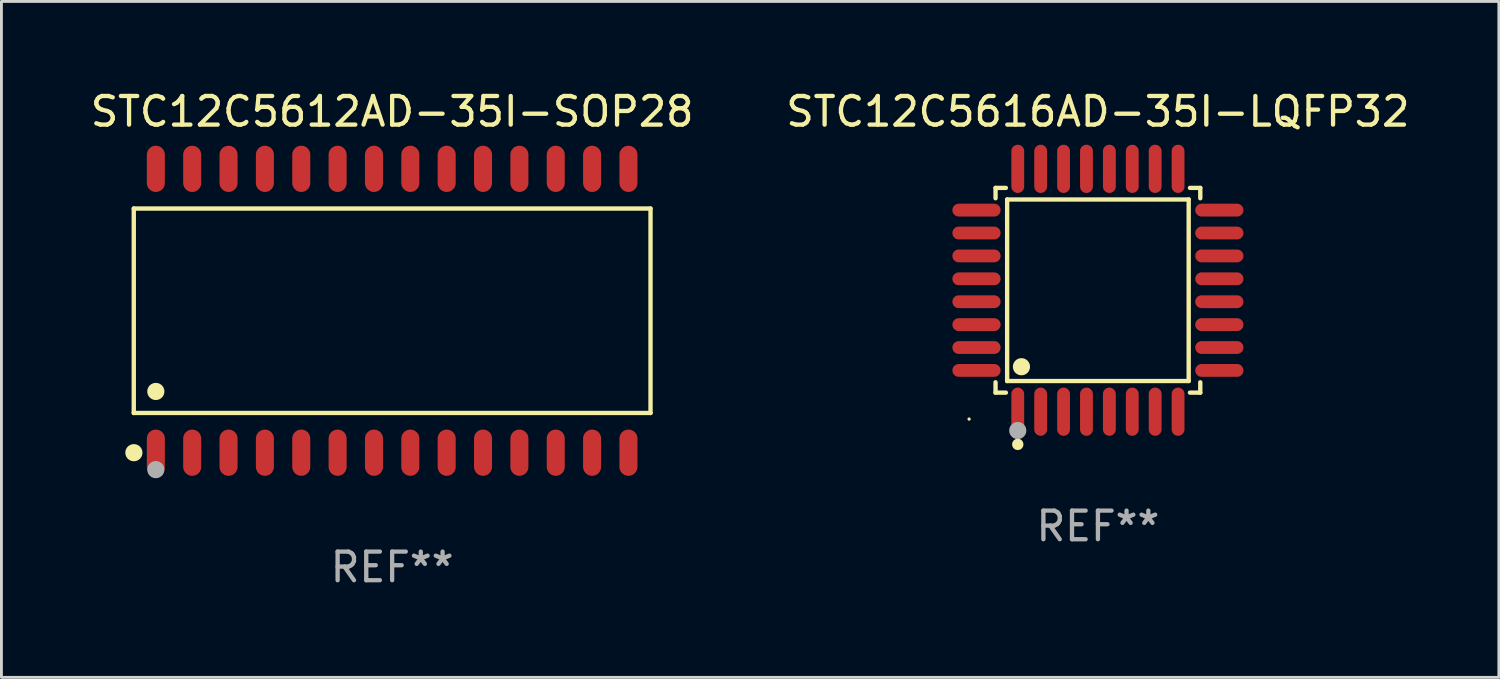
<source format=kicad_pcb>
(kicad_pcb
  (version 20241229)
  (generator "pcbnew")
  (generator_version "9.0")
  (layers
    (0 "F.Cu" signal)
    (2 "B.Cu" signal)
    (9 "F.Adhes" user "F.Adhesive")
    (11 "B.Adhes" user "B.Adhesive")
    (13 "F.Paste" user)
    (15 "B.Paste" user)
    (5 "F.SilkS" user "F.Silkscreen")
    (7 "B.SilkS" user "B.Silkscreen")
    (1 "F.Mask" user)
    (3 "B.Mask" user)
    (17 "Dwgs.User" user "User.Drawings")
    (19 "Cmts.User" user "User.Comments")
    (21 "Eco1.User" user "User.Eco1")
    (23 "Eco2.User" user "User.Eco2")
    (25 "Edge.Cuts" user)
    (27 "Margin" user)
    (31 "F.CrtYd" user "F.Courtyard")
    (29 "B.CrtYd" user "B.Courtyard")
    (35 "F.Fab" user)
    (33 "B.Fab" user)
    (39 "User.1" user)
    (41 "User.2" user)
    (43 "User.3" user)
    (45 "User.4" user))
  (footprint "STC12C5616AD-35I-LQFP32"
    (layer "F.Cu")
    (at 35.304 7.09)
    (property "Reference" "STC12C5616AD-35I-LQFP32" (at 0 -6.242 0) (layer "F.SilkS") (effects (font (size 1 1) (thickness 0.15))))
    (attr through_hole)
    (fp_line (start -3.576 -3.576) (end -3.215 -3.576) (stroke (width 0.152) (type solid)) (layer "F.SilkS"))
    (fp_line (start -3.576 -3.215) (end -3.576 -3.576) (stroke (width 0.152) (type solid)) (layer "F.SilkS"))
    (fp_line (start -3.576 3.215) (end -3.576 3.576) (stroke (width 0.152) (type solid)) (layer "F.SilkS"))
    (fp_line (start -3.576 3.576) (end -3.215 3.576) (stroke (width 0.152) (type solid)) (layer "F.SilkS"))
    (fp_line (start -3.171 -3.171) (end 3.171 -3.171) (stroke (width 0.152) (type solid)) (layer "F.SilkS"))
    (fp_line (start -3.171 3.171) (end -3.171 -3.171) (stroke (width 0.152) (type solid)) (layer "F.SilkS"))
    (fp_line (start 3.171 -3.171) (end 3.171 3.171) (stroke (width 0.152) (type solid)) (layer "F.SilkS"))
    (fp_line (start 3.171 3.171) (end -3.171 3.171) (stroke (width 0.152) (type solid)) (layer "F.SilkS"))
    (fp_line (start 3.576 -3.576) (end 3.215 -3.576) (stroke (width 0.152) (type solid)) (layer "F.SilkS"))
    (fp_line (start 3.576 -3.215) (end 3.576 -3.576) (stroke (width 0.152) (type solid)) (layer "F.SilkS"))
    (fp_line (start 3.576 3.215) (end 3.576 3.576) (stroke (width 0.152) (type solid)) (layer "F.SilkS"))
    (fp_line (start 3.576 3.576) (end 3.215 3.576) (stroke (width 0.152) (type solid)) (layer "F.SilkS"))
    (fp_circle (center -4.5 4.5) (end -4.47 4.5) (stroke (width 0.06) (type solid)) (fill no) (layer "F.SilkS"))
    (fp_circle (center -2.8 5.384) (end -2.7 5.384) (stroke (width 0.2) (type solid)) (fill no) (layer "F.SilkS"))
    (fp_circle (center -2.671 2.671) (end -2.521 2.671) (stroke (width 0.3) (type solid)) (fill no) (layer "F.SilkS"))
    (fp_circle (center -2.8 4.9) (end -2.65 4.9) (stroke (width 0.3) (type solid)) (fill no) (layer "F.Fab"))
    (fp_text user "REF**" (at 0 8.242 0) (layer "F.Fab") (effects (font (size 1 1) (thickness 0.15))))
    (pad "1" smd oval (at -2.8 4.242) (size 0.448 1.684) (layers "F.Cu" "F.Mask" "F.Paste"))
    (pad "2" smd oval (at -2 4.242) (size 0.448 1.684) (layers "F.Cu" "F.Mask" "F.Paste"))
    (pad "3" smd oval (at -1.2 4.242) (size 0.448 1.684) (layers "F.Cu" "F.Mask" "F.Paste"))
    (pad "4" smd oval (at -0.4 4.242) (size 0.448 1.684) (layers "F.Cu" "F.Mask" "F.Paste"))
    (pad "5" smd oval (at 0.4 4.242) (size 0.448 1.684) (layers "F.Cu" "F.Mask" "F.Paste"))
    (pad "6" smd oval (at 1.2 4.242) (size 0.448 1.684) (layers "F.Cu" "F.Mask" "F.Paste"))
    (pad "7" smd oval (at 2 4.242) (size 0.448 1.684) (layers "F.Cu" "F.Mask" "F.Paste"))
    (pad "8" smd oval (at 2.8 4.242) (size 0.448 1.684) (layers "F.Cu" "F.Mask" "F.Paste"))
    (pad "9" smd oval (at 4.242 2.8) (size 1.684 0.448) (layers "F.Cu" "F.Mask" "F.Paste"))
    (pad "10" smd oval (at 4.242 2) (size 1.684 0.448) (layers "F.Cu" "F.Mask" "F.Paste"))
    (pad "11" smd oval (at 4.242 1.2) (size 1.684 0.448) (layers "F.Cu" "F.Mask" "F.Paste"))
    (pad "12" smd oval (at 4.242 0.4) (size 1.684 0.448) (layers "F.Cu" "F.Mask" "F.Paste"))
    (pad "13" smd oval (at 4.242 -0.4) (size 1.684 0.448) (layers "F.Cu" "F.Mask" "F.Paste"))
    (pad "14" smd oval (at 4.242 -1.2) (size 1.684 0.448) (layers "F.Cu" "F.Mask" "F.Paste"))
    (pad "15" smd oval (at 4.242 -2) (size 1.684 0.448) (layers "F.Cu" "F.Mask" "F.Paste"))
    (pad "16" smd oval (at 4.242 -2.8) (size 1.684 0.448) (layers "F.Cu" "F.Mask" "F.Paste"))
    (pad "17" smd oval (at 2.8 -4.242) (size 0.448 1.684) (layers "F.Cu" "F.Mask" "F.Paste"))
    (pad "18" smd oval (at 2 -4.242) (size 0.448 1.684) (layers "F.Cu" "F.Mask" "F.Paste"))
    (pad "19" smd oval (at 1.2 -4.242) (size 0.448 1.684) (layers "F.Cu" "F.Mask" "F.Paste"))
    (pad "20" smd oval (at 0.4 -4.242) (size 0.448 1.684) (layers "F.Cu" "F.Mask" "F.Paste"))
    (pad "21" smd oval (at -0.4 -4.242) (size 0.448 1.684) (layers "F.Cu" "F.Mask" "F.Paste"))
    (pad "22" smd oval (at -1.2 -4.242) (size 0.448 1.684) (layers "F.Cu" "F.Mask" "F.Paste"))
    (pad "23" smd oval (at -2 -4.242) (size 0.448 1.684) (layers "F.Cu" "F.Mask" "F.Paste"))
    (pad "24" smd oval (at -2.8 -4.242) (size 0.448 1.684) (layers "F.Cu" "F.Mask" "F.Paste"))
    (pad "25" smd oval (at -4.242 -2.8) (size 1.684 0.448) (layers "F.Cu" "F.Mask" "F.Paste"))
    (pad "26" smd oval (at -4.242 -2) (size 1.684 0.448) (layers "F.Cu" "F.Mask" "F.Paste"))
    (pad "27" smd oval (at -4.242 -1.2) (size 1.684 0.448) (layers "F.Cu" "F.Mask" "F.Paste"))
    (pad "28" smd oval (at -4.242 -0.4) (size 1.684 0.448) (layers "F.Cu" "F.Mask" "F.Paste"))
    (pad "29" smd oval (at -4.242 0.4) (size 1.684 0.448) (layers "F.Cu" "F.Mask" "F.Paste"))
    (pad "30" smd oval (at -4.242 1.2) (size 1.684 0.448) (layers "F.Cu" "F.Mask" "F.Paste"))
    (pad "31" smd oval (at -4.242 2) (size 1.684 0.448) (layers "F.Cu" "F.Mask" "F.Paste"))
    (pad "32" smd oval (at -4.242 2.8) (size 1.684 0.448) (layers "F.Cu" "F.Mask" "F.Paste")))
  (footprint "STC12C5612AD-35I-SOP28"
    (layer "F.Cu")
    (at 10.649 7.806)
    (property "Reference" "STC12C5612AD-35I-SOP28" (at 0 -6.958 0) (layer "F.SilkS") (effects (font (size 1 1) (thickness 0.15))))
    (attr through_hole)
    (fp_line (start -9.026 -3.571) (end 9.026 -3.571) (stroke (width 0.152) (type solid)) (layer "F.SilkS"))
    (fp_line (start -9.026 3.571) (end -9.026 -3.571) (stroke (width 0.152) (type solid)) (layer "F.SilkS"))
    (fp_line (start 9.026 -3.571) (end 9.026 3.571) (stroke (width 0.152) (type solid)) (layer "F.SilkS"))
    (fp_line (start 9.026 3.571) (end -9.026 3.571) (stroke (width 0.152) (type solid)) (layer "F.SilkS"))
    (fp_circle (center -9.022 4.958) (end -8.872 4.958) (stroke (width 0.3) (type solid)) (fill no) (layer "F.SilkS"))
    (fp_circle (center -8.95 5.15) (end -8.92 5.15) (stroke (width 0.06) (type solid)) (fill no) (layer "F.SilkS"))
    (fp_circle (center -8.255 2.819) (end -8.105 2.819) (stroke (width 0.3) (type solid)) (fill no) (layer "F.SilkS"))
    (fp_circle (center -8.255 5.55) (end -8.105 5.55) (stroke (width 0.3) (type solid)) (fill no) (layer "F.Fab"))
    (fp_text user "REF**" (at 0 8.958 0) (layer "F.Fab") (effects (font (size 1 1) (thickness 0.15))))
    (pad "1" smd oval (at -8.255 4.958) (size 0.63 1.615) (layers "F.Cu" "F.Mask" "F.Paste"))
    (pad "2" smd oval (at -6.985 4.958) (size 0.63 1.615) (layers "F.Cu" "F.Mask" "F.Paste"))
    (pad "3" smd oval (at -5.715 4.958) (size 0.63 1.615) (layers "F.Cu" "F.Mask" "F.Paste"))
    (pad "4" smd oval (at -4.445 4.958) (size 0.63 1.615) (layers "F.Cu" "F.Mask" "F.Paste"))
    (pad "5" smd oval (at -3.175 4.958) (size 0.63 1.615) (layers "F.Cu" "F.Mask" "F.Paste"))
    (pad "6" smd oval (at -1.905 4.958) (size 0.63 1.615) (layers "F.Cu" "F.Mask" "F.Paste"))
    (pad "7" smd oval (at -0.635 4.958) (size 0.63 1.615) (layers "F.Cu" "F.Mask" "F.Paste"))
    (pad "8" smd oval (at 0.635 4.958) (size 0.63 1.615) (layers "F.Cu" "F.Mask" "F.Paste"))
    (pad "9" smd oval (at 1.905 4.958) (size 0.63 1.615) (layers "F.Cu" "F.Mask" "F.Paste"))
    (pad "10" smd oval (at 3.175 4.958) (size 0.63 1.615) (layers "F.Cu" "F.Mask" "F.Paste"))
    (pad "11" smd oval (at 4.445 4.958) (size 0.63 1.615) (layers "F.Cu" "F.Mask" "F.Paste"))
    (pad "12" smd oval (at 5.715 4.958) (size 0.63 1.615) (layers "F.Cu" "F.Mask" "F.Paste"))
    (pad "13" smd oval (at 6.985 4.958) (size 0.63 1.615) (layers "F.Cu" "F.Mask" "F.Paste"))
    (pad "14" smd oval (at 8.255 4.958) (size 0.63 1.615) (layers "F.Cu" "F.Mask" "F.Paste"))
    (pad "15" smd oval (at 8.255 -4.958) (size 0.63 1.615) (layers "F.Cu" "F.Mask" "F.Paste"))
    (pad "16" smd oval (at 6.985 -4.958) (size 0.63 1.615) (layers "F.Cu" "F.Mask" "F.Paste"))
    (pad "17" smd oval (at 5.715 -4.958) (size 0.63 1.615) (layers "F.Cu" "F.Mask" "F.Paste"))
    (pad "18" smd oval (at 4.445 -4.958) (size 0.63 1.615) (layers "F.Cu" "F.Mask" "F.Paste"))
    (pad "19" smd oval (at 3.175 -4.958) (size 0.63 1.615) (layers "F.Cu" "F.Mask" "F.Paste"))
    (pad "20" smd oval (at 1.905 -4.958) (size 0.63 1.615) (layers "F.Cu" "F.Mask" "F.Paste"))
    (pad "21" smd oval (at 0.635 -4.958) (size 0.63 1.615) (layers "F.Cu" "F.Mask" "F.Paste"))
    (pad "22" smd oval (at -0.635 -4.958) (size 0.63 1.615) (layers "F.Cu" "F.Mask" "F.Paste"))
    (pad "23" smd oval (at -1.905 -4.958) (size 0.63 1.615) (layers "F.Cu" "F.Mask" "F.Paste"))
    (pad "24" smd oval (at -3.175 -4.958) (size 0.63 1.615) (layers "F.Cu" "F.Mask" "F.Paste"))
    (pad "25" smd oval (at -4.445 -4.958) (size 0.63 1.615) (layers "F.Cu" "F.Mask" "F.Paste"))
    (pad "26" smd oval (at -5.715 -4.958) (size 0.63 1.615) (layers "F.Cu" "F.Mask" "F.Paste"))
    (pad "27" smd oval (at -6.985 -4.958) (size 0.63 1.615) (layers "F.Cu" "F.Mask" "F.Paste"))
    (pad "28" smd oval (at -8.255 -4.958) (size 0.63 1.615) (layers "F.Cu" "F.Mask" "F.Paste")))
  (gr_rect
    (start -3 -3)
    (end 49.31 20.612)
    (stroke (width 0.1) (type default))
    (fill no)
    (layer "Edge.Cuts")))
</source>
